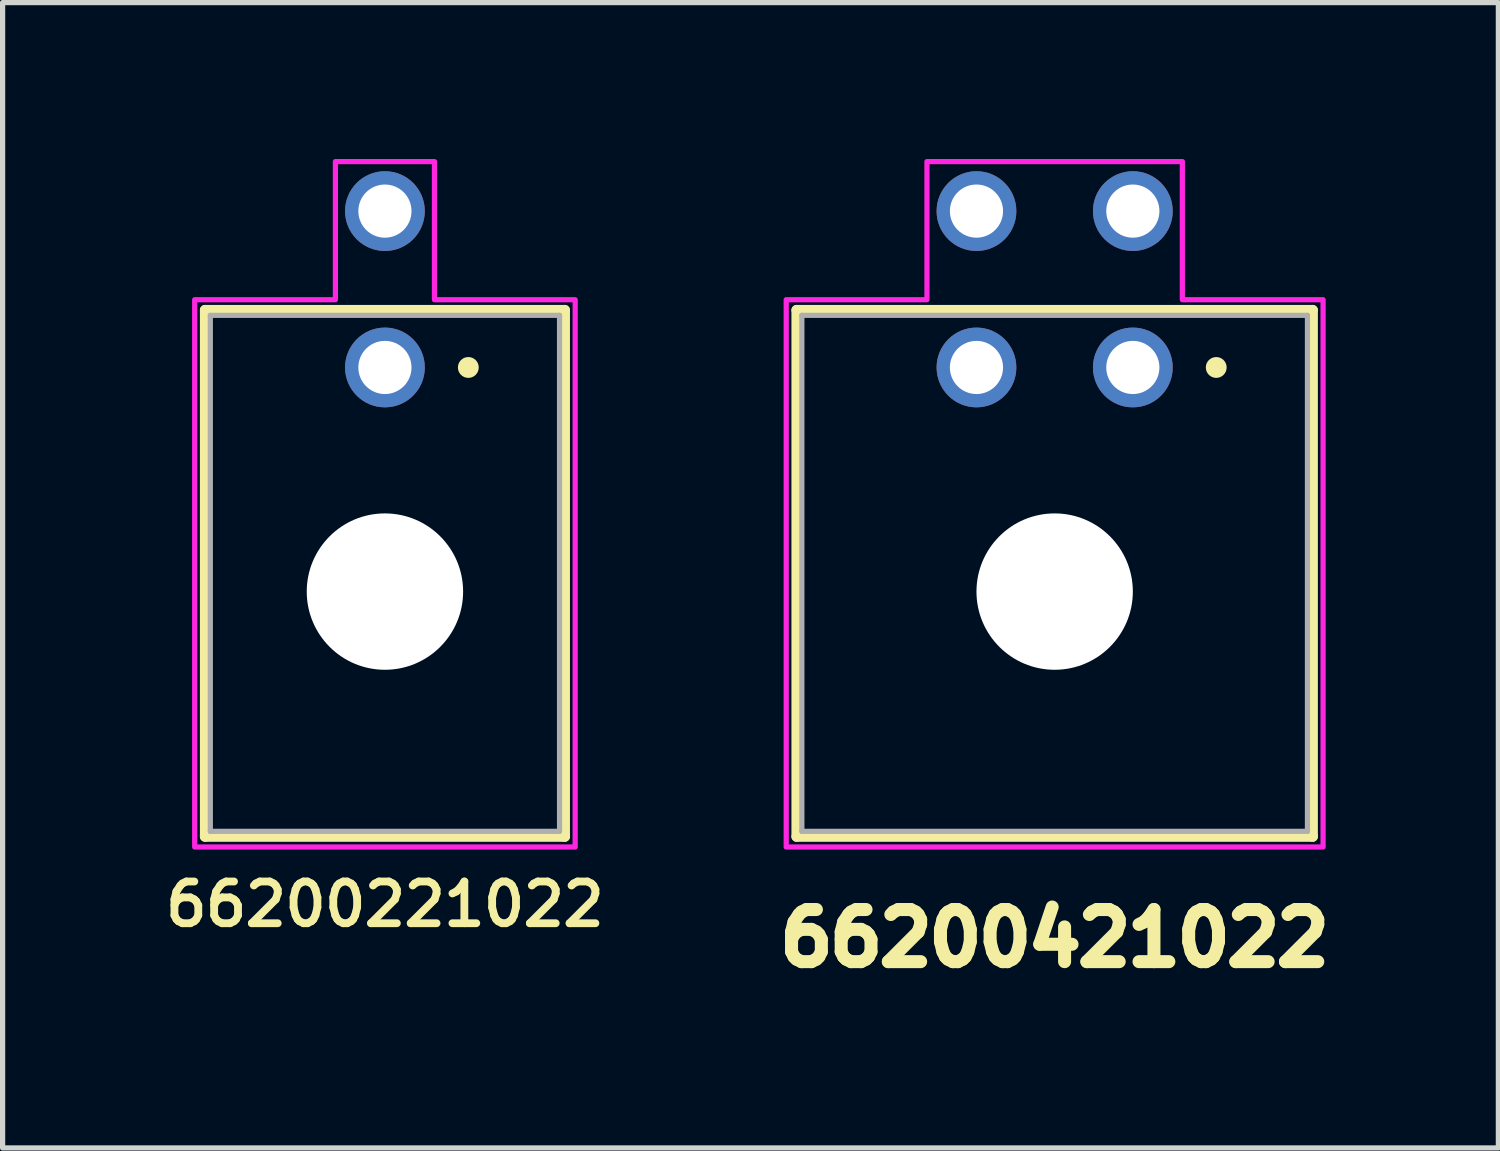
<source format=kicad_pcb>
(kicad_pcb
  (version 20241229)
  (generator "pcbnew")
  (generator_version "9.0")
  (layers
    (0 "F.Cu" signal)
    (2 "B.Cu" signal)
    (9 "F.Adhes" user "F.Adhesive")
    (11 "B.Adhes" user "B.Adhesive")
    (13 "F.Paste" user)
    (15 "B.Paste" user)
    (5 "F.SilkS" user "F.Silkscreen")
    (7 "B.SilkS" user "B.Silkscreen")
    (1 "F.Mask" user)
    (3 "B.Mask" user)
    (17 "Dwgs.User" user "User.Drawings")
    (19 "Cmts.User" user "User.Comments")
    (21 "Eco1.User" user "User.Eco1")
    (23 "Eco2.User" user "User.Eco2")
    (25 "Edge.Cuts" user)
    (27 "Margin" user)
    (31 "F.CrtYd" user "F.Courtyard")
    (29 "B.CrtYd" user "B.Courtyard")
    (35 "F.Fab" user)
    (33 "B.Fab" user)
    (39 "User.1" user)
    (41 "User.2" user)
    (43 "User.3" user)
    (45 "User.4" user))
  (footprint "66200421022"
    (layer "F.Cu")
    (at 17.184 7.95)
    (property "Reference" "66200421022" (at 0 7 0) (layer "F.SilkS") (effects (font (size 1 1) (thickness 0.25))))
    (attr through_hole)
    (fp_line (start -4.95 -5.05) (end 4.95 -5.05) (stroke (width 0.2) (type solid)) (layer "F.SilkS"))
    (fp_line (start -4.95 5.05) (end -4.95 -5.05) (stroke (width 0.2) (type solid)) (layer "F.SilkS"))
    (fp_line (start 4.95 -5.05) (end 4.95 5.05) (stroke (width 0.2) (type solid)) (layer "F.SilkS"))
    (fp_line (start 4.95 5.05) (end -4.95 5.05) (stroke (width 0.2) (type solid)) (layer "F.SilkS"))
    (fp_circle (center 3.1 -3.95) (end 3.2 -3.95) (stroke (width 0.2) (type solid)) (fill no) (layer "F.SilkS"))
    (fp_poly (pts (xy 2.45 -7.9) (xy 2.45 -5.25) (xy 5.15 -5.25) (xy 5.15 5.25) (xy -5.15 5.25) (xy -5.15 -5.25) (xy -2.45 -5.25) (xy -2.45 -7.9)) (stroke (width 0.1) (type solid)) (fill no) (layer "F.CrtYd"))
    (fp_line (start -4.85 -4.95) (end 4.85 -4.95) (stroke (width 0.1) (type solid)) (layer "F.Fab"))
    (fp_line (start -4.85 4.95) (end -4.85 -4.95) (stroke (width 0.1) (type solid)) (layer "F.Fab"))
    (fp_line (start 4.85 -4.95) (end 4.85 4.95) (stroke (width 0.1) (type solid)) (layer "F.Fab"))
    (fp_line (start 4.85 4.95) (end -4.85 4.95) (stroke (width 0.1) (type solid)) (layer "F.Fab"))
    (pad "" np_thru_hole circle (at 0 0.35) (size 3 3) (drill 3) (layers "*.Cu" "*.Mask"))
    (pad "1" thru_hole circle (at 1.5 -3.95) (size 1.53 1.53) (drill 1.02) (layers "*.Cu" "*.Mask"))
    (pad "2" thru_hole circle (at -1.5 -3.95) (size 1.53 1.53) (drill 1.02) (layers "*.Cu" "*.Mask"))
    (pad "3" thru_hole circle (at 1.5 -6.95) (size 1.53 1.53) (drill 1.02) (layers "*.Cu" "*.Mask"))
    (pad "4" thru_hole circle (at -1.5 -6.95) (size 1.53 1.53) (drill 1.02) (layers "*.Cu" "*.Mask")))
  (footprint "66200221022"
    (layer "F.Cu")
    (at 4.335 7.95)
    (property "Reference" "66200221022" (at 0 6.35 0) (layer "F.SilkS") (effects (font (size 0.8 0.8) (thickness 0.15))))
    (attr through_hole)
    (fp_line (start -3.45 -5.05) (end 3.45 -5.05) (stroke (width 0.2) (type solid)) (layer "F.SilkS"))
    (fp_line (start -3.45 5.05) (end -3.45 -5.05) (stroke (width 0.2) (type solid)) (layer "F.SilkS"))
    (fp_line (start 3.45 -5.05) (end 3.45 5.05) (stroke (width 0.2) (type solid)) (layer "F.SilkS"))
    (fp_line (start 3.45 5.05) (end -3.45 5.05) (stroke (width 0.2) (type solid)) (layer "F.SilkS"))
    (fp_circle (center 1.6 -3.95) (end 1.7 -3.95) (stroke (width 0.2) (type solid)) (fill no) (layer "F.SilkS"))
    (fp_poly (pts (xy 0.95 -7.9) (xy 0.95 -5.25) (xy 3.65 -5.25) (xy 3.65 5.25) (xy -3.65 5.25) (xy -3.65 -5.25) (xy -0.95 -5.25) (xy -0.95 -7.9)) (stroke (width 0.1) (type solid)) (fill no) (layer "F.CrtYd"))
    (fp_line (start -3.35 -4.95) (end 3.35 -4.95) (stroke (width 0.1) (type solid)) (layer "F.Fab"))
    (fp_line (start -3.35 4.95) (end -3.35 -4.95) (stroke (width 0.1) (type solid)) (layer "F.Fab"))
    (fp_line (start 3.35 -4.95) (end 3.35 4.95) (stroke (width 0.1) (type solid)) (layer "F.Fab"))
    (fp_line (start 3.35 4.95) (end -3.35 4.95) (stroke (width 0.1) (type solid)) (layer "F.Fab"))
    (pad "" np_thru_hole circle (at 0 0.35) (size 3 3) (drill 3) (layers "*.Cu" "*.Mask"))
    (pad "1" thru_hole circle (at 0 -3.95) (size 1.53 1.53) (drill 1.02) (layers "*.Cu" "*.Mask"))
    (pad "2" thru_hole circle (at 0 -6.95) (size 1.53 1.53) (drill 1.02) (layers "*.Cu" "*.Mask")))
  (gr_rect
    (start -3 -3)
    (end 25.697 18.974)
    (stroke (width 0.1) (type default))
    (fill no)
    (layer "Edge.Cuts")))
</source>
